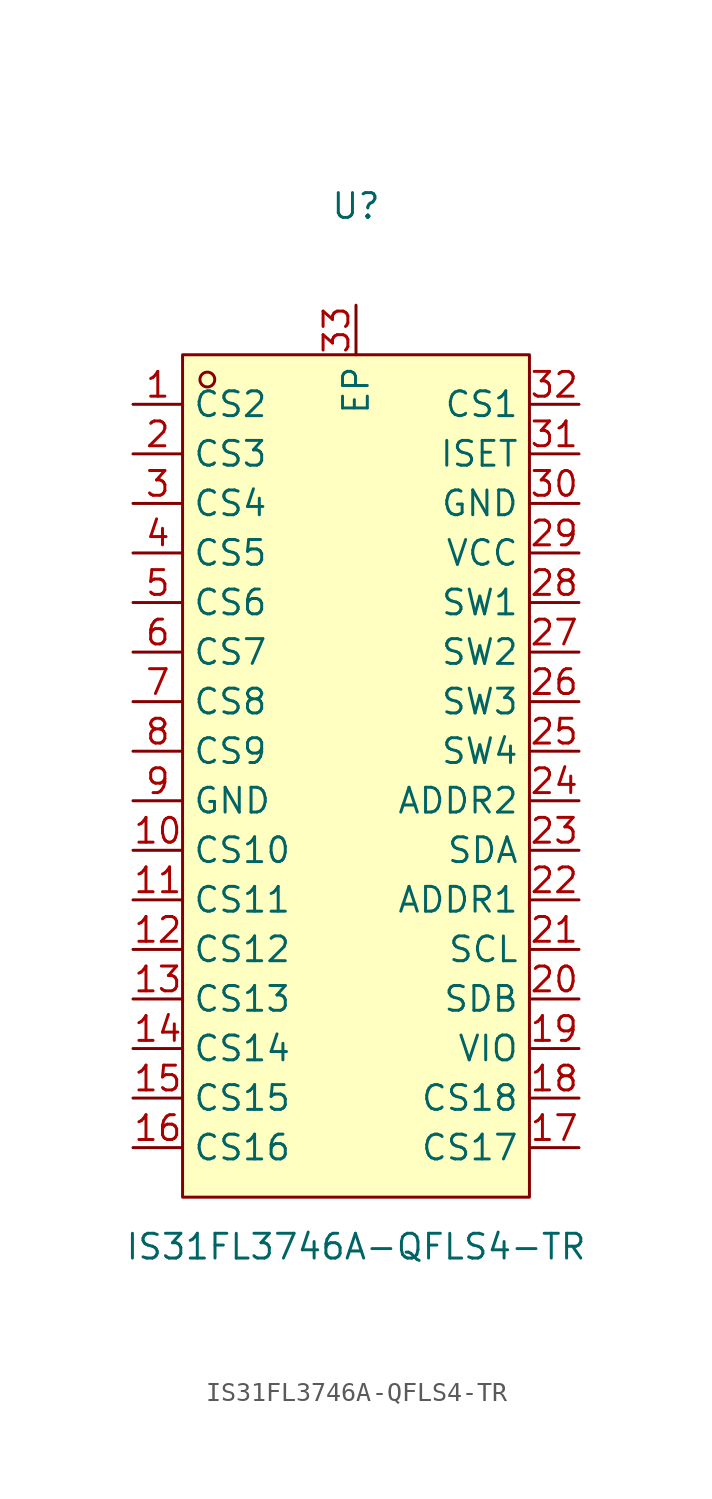
<source format=kicad_sym>
(kicad_symbol_lib
  (version 20211014)
  (generator https://github.com/uPesy/easyeda2kicad.py)
  (symbol "IS31FL3746A-QFLS4-TR"
    (property "Reference" "U"
      (at 0 29.21 0)
      (effects (font (size 1.27 1.27))))
    (property "Value" "IS31FL3746A-QFLS4-TR"
      (at 0 -24.13 0)
      (effects (font (size 1.27 1.27))))
    (symbol "IS31FL3746A-QFLS4-TR_0_1"
      (rectangle (start -8.89 21.59) (end 8.89 -21.59) (stroke (width 0) (type default) (color 0 0 0 0)) (fill (type background)))
      (circle (center -7.62 20.32) (radius 0.38) (stroke (width 0) (type default) (color 0 0 0 0)) (fill (type none)))
      (pin unspecified line (at -11.43 19.05 0) (length 2.54) (name "CS2" (effects (font (size 1.27 1.27)))) (number "1" (effects (font (size 1.27 1.27)))))
      (pin unspecified line (at -11.43 16.51 0) (length 2.54) (name "CS3" (effects (font (size 1.27 1.27)))) (number "2" (effects (font (size 1.27 1.27)))))
      (pin unspecified line (at -11.43 13.97 0) (length 2.54) (name "CS4" (effects (font (size 1.27 1.27)))) (number "3" (effects (font (size 1.27 1.27)))))
      (pin unspecified line (at -11.43 11.43 0) (length 2.54) (name "CS5" (effects (font (size 1.27 1.27)))) (number "4" (effects (font (size 1.27 1.27)))))
      (pin unspecified line (at -11.43 8.89 0) (length 2.54) (name "CS6" (effects (font (size 1.27 1.27)))) (number "5" (effects (font (size 1.27 1.27)))))
      (pin unspecified line (at -11.43 6.35 0) (length 2.54) (name "CS7" (effects (font (size 1.27 1.27)))) (number "6" (effects (font (size 1.27 1.27)))))
      (pin unspecified line (at -11.43 3.81 0) (length 2.54) (name "CS8" (effects (font (size 1.27 1.27)))) (number "7" (effects (font (size 1.27 1.27)))))
      (pin unspecified line (at -11.43 1.27 0) (length 2.54) (name "CS9" (effects (font (size 1.27 1.27)))) (number "8" (effects (font (size 1.27 1.27)))))
      (pin unspecified line (at -11.43 -1.27 0) (length 2.54) (name "GND" (effects (font (size 1.27 1.27)))) (number "9" (effects (font (size 1.27 1.27)))))
      (pin unspecified line (at -11.43 -3.81 0) (length 2.54) (name "CS10" (effects (font (size 1.27 1.27)))) (number "10" (effects (font (size 1.27 1.27)))))
      (pin unspecified line (at -11.43 -6.35 0) (length 2.54) (name "CS11" (effects (font (size 1.27 1.27)))) (number "11" (effects (font (size 1.27 1.27)))))
      (pin unspecified line (at -11.43 -8.89 0) (length 2.54) (name "CS12" (effects (font (size 1.27 1.27)))) (number "12" (effects (font (size 1.27 1.27)))))
      (pin unspecified line (at -11.43 -11.43 0) (length 2.54) (name "CS13" (effects (font (size 1.27 1.27)))) (number "13" (effects (font (size 1.27 1.27)))))
      (pin unspecified line (at -11.43 -13.97 0) (length 2.54) (name "CS14" (effects (font (size 1.27 1.27)))) (number "14" (effects (font (size 1.27 1.27)))))
      (pin unspecified line (at -11.43 -16.51 0) (length 2.54) (name "CS15" (effects (font (size 1.27 1.27)))) (number "15" (effects (font (size 1.27 1.27)))))
      (pin unspecified line (at -11.43 -19.05 0) (length 2.54) (name "CS16" (effects (font (size 1.27 1.27)))) (number "16" (effects (font (size 1.27 1.27)))))
      (pin unspecified line (at 11.43 -19.05 180) (length 2.54) (name "CS17" (effects (font (size 1.27 1.27)))) (number "17" (effects (font (size 1.27 1.27)))))
      (pin unspecified line (at 11.43 -16.51 180) (length 2.54) (name "CS18" (effects (font (size 1.27 1.27)))) (number "18" (effects (font (size 1.27 1.27)))))
      (pin unspecified line (at 11.43 -13.97 180) (length 2.54) (name "VIO" (effects (font (size 1.27 1.27)))) (number "19" (effects (font (size 1.27 1.27)))))
      (pin unspecified line (at 11.43 -11.43 180) (length 2.54) (name "SDB" (effects (font (size 1.27 1.27)))) (number "20" (effects (font (size 1.27 1.27)))))
      (pin unspecified line (at 11.43 -8.89 180) (length 2.54) (name "SCL" (effects (font (size 1.27 1.27)))) (number "21" (effects (font (size 1.27 1.27)))))
      (pin unspecified line (at 11.43 -6.35 180) (length 2.54) (name "ADDR1" (effects (font (size 1.27 1.27)))) (number "22" (effects (font (size 1.27 1.27)))))
      (pin unspecified line (at 11.43 -3.81 180) (length 2.54) (name "SDA" (effects (font (size 1.27 1.27)))) (number "23" (effects (font (size 1.27 1.27)))))
      (pin unspecified line (at 11.43 -1.27 180) (length 2.54) (name "ADDR2" (effects (font (size 1.27 1.27)))) (number "24" (effects (font (size 1.27 1.27)))))
      (pin unspecified line (at 11.43 1.27 180) (length 2.54) (name "SW4" (effects (font (size 1.27 1.27)))) (number "25" (effects (font (size 1.27 1.27)))))
      (pin unspecified line (at 11.43 3.81 180) (length 2.54) (name "SW3" (effects (font (size 1.27 1.27)))) (number "26" (effects (font (size 1.27 1.27)))))
      (pin unspecified line (at 11.43 6.35 180) (length 2.54) (name "SW2" (effects (font (size 1.27 1.27)))) (number "27" (effects (font (size 1.27 1.27)))))
      (pin unspecified line (at 11.43 8.89 180) (length 2.54) (name "SW1" (effects (font (size 1.27 1.27)))) (number "28" (effects (font (size 1.27 1.27)))))
      (pin unspecified line (at 11.43 11.43 180) (length 2.54) (name "VCC" (effects (font (size 1.27 1.27)))) (number "29" (effects (font (size 1.27 1.27)))))
      (pin unspecified line (at 11.43 13.97 180) (length 2.54) (name "GND" (effects (font (size 1.27 1.27)))) (number "30" (effects (font (size 1.27 1.27)))))
      (pin unspecified line (at 11.43 16.51 180) (length 2.54) (name "ISET" (effects (font (size 1.27 1.27)))) (number "31" (effects (font (size 1.27 1.27)))))
      (pin unspecified line (at 11.43 19.05 180) (length 2.54) (name "CS1" (effects (font (size 1.27 1.27)))) (number "32" (effects (font (size 1.27 1.27)))))
      (pin unspecified line (at 0.00 24.13 270) (length 2.54) (name "EP" (effects (font (size 1.27 1.27)))) (number "33" (effects (font (size 1.27 1.27))))))))
</source>
